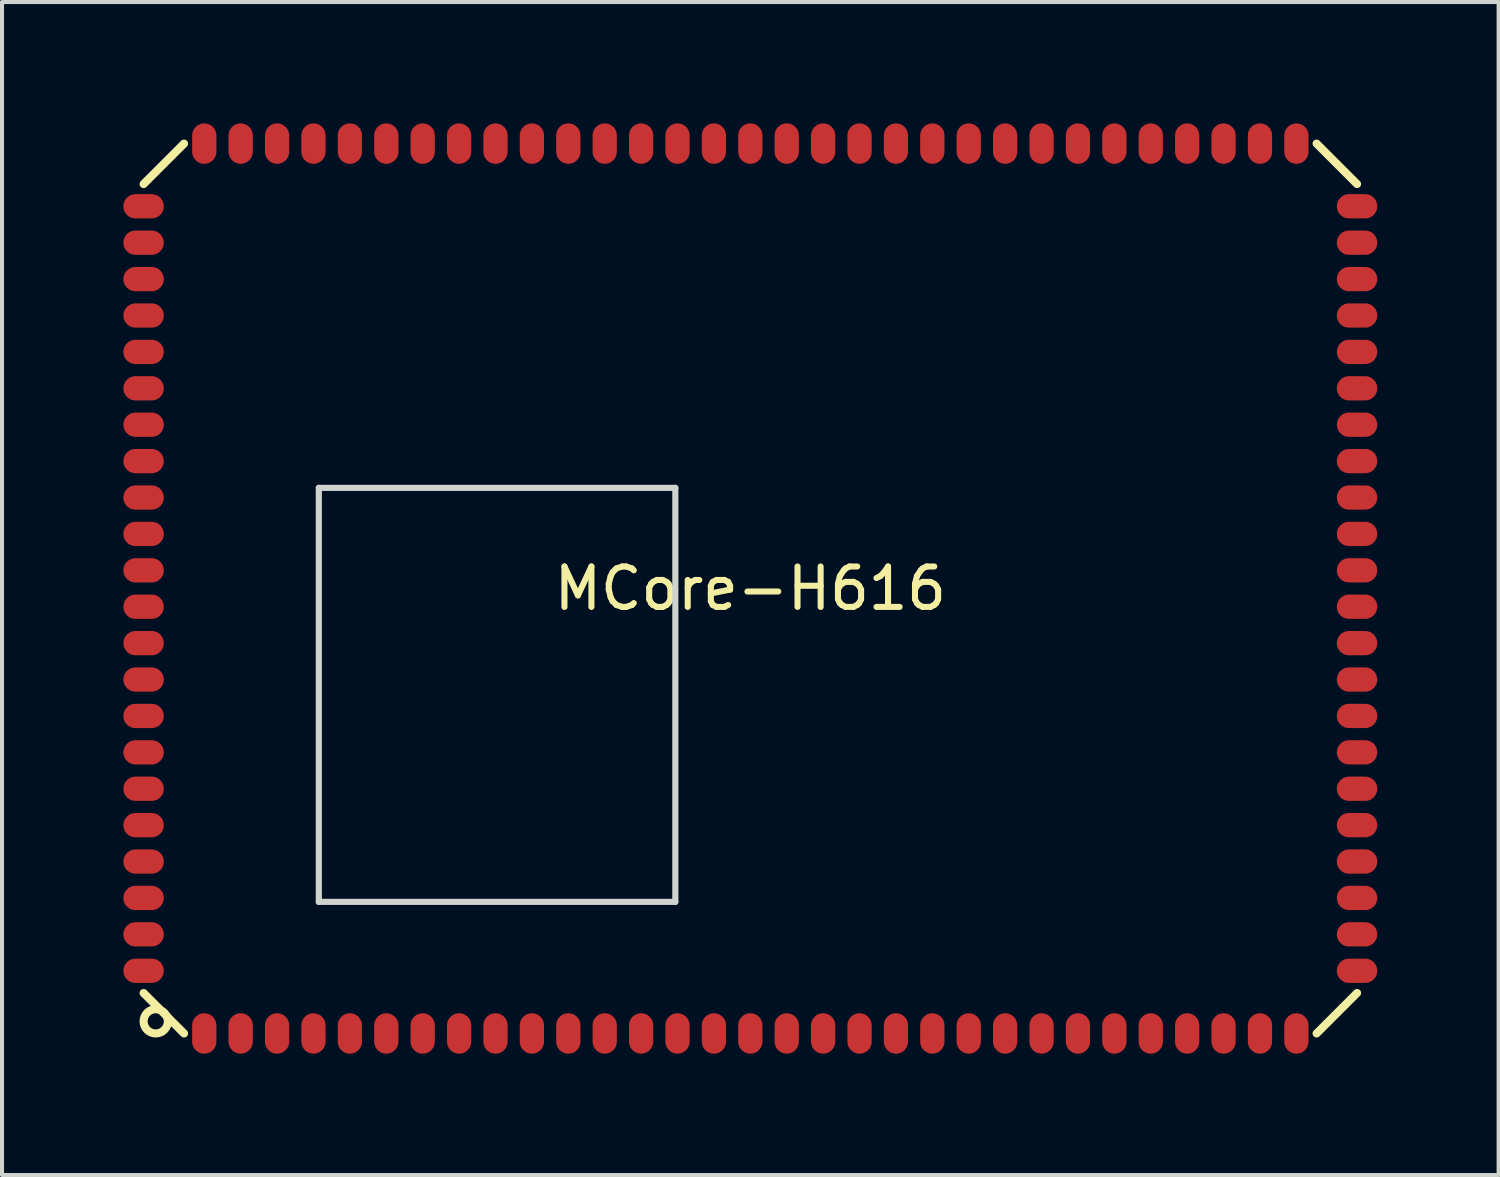
<source format=kicad_pcb>
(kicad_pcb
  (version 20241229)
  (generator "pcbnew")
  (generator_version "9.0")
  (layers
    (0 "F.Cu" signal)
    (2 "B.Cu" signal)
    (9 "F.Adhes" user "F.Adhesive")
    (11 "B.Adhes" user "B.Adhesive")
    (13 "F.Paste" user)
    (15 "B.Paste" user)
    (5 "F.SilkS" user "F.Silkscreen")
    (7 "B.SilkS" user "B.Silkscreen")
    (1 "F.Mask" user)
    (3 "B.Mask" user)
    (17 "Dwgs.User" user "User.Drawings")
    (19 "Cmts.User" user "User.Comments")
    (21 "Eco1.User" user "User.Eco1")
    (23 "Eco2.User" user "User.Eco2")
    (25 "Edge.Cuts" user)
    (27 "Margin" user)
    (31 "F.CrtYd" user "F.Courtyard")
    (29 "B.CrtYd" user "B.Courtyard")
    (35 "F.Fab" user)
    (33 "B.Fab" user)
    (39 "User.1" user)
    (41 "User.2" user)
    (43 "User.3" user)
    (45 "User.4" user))
  (footprint "MCore-H616"
    (layer "F.Cu")
    (at 15.5 11.5)
    (property "Reference" "MCore-H616" (at 0 0 0) (layer "F.SilkS") (effects (font (size 1 1) (thickness 0.15))))
    (fp_line (start -15 -10) (end -14 -11) (stroke (width 0.2) (type default)) (layer "F.SilkS"))
    (fp_line (start -15 10) (end -14 11) (stroke (width 0.2) (type default)) (layer "F.SilkS"))
    (fp_line (start 14 -11) (end 15 -10) (stroke (width 0.2) (type default)) (layer "F.SilkS"))
    (fp_line (start 14 11) (end 15 10) (stroke (width 0.2) (type default)) (layer "F.SilkS"))
    (fp_circle (center -14.7 10.7) (end -14.4 10.7) (stroke (width 0.2) (type default)) (fill no) (layer "F.SilkS"))
    (fp_line (start -10.53 -2.335) (end -2.021 -2.335) (stroke (width 0.127) (type default)) (layer "Eco2.User"))
    (fp_line (start -10.53 -2.335) (end -2.021 -2.335) (stroke (width 0.152) (type default)) (layer "Eco2.User"))
    (fp_line (start -10.53 7.596) (end -10.53 -2.335) (stroke (width 0.127) (type default)) (layer "Eco2.User"))
    (fp_line (start -10.53 7.596) (end -10.53 -2.335) (stroke (width 0.152) (type default)) (layer "Eco2.User"))
    (fp_line (start -10.53 7.596) (end -2.021 7.596) (stroke (width 0.127) (type default)) (layer "Eco2.User"))
    (fp_line (start -10.53 7.596) (end -2.021 7.596) (stroke (width 0.152) (type default)) (layer "Eco2.User"))
    (fp_line (start -2.021 7.596) (end -2.021 -2.335) (stroke (width 0.127) (type default)) (layer "Eco2.User"))
    (fp_line (start -2.021 7.596) (end -2.021 -2.335) (stroke (width 0.152) (type default)) (layer "Eco2.User"))
    (fp_line (start -10.668 -2.489) (end -1.854 -2.489) (stroke (width 0.152) (type default)) (layer "Edge.Cuts"))
    (fp_line (start -10.668 7.747) (end -10.668 -2.489) (stroke (width 0.152) (type default)) (layer "Edge.Cuts"))
    (fp_line (start -10.668 7.747) (end -1.854 7.747) (stroke (width 0.152) (type default)) (layer "Edge.Cuts"))
    (fp_line (start -1.854 7.747) (end -1.854 -2.489) (stroke (width 0.152) (type default)) (layer "Edge.Cuts"))
    (pad "1" smd oval (at -13.5 11 90) (size 1 0.6) (layers "F.Cu" "F.Mask" "F.Paste"))
    (pad "2" smd oval (at -12.6 11 270) (size 1 0.6) (layers "F.Cu" "F.Mask" "F.Paste"))
    (pad "3" smd oval (at -11.7 11 270) (size 1 0.6) (layers "F.Cu" "F.Mask" "F.Paste"))
    (pad "4" smd oval (at -10.8 11 270) (size 1 0.6) (layers "F.Cu" "F.Mask" "F.Paste"))
    (pad "5" smd oval (at -9.9 11 270) (size 1 0.6) (layers "F.Cu" "F.Mask" "F.Paste"))
    (pad "6" smd oval (at -9 11 270) (size 1 0.6) (layers "F.Cu" "F.Mask" "F.Paste"))
    (pad "7" smd oval (at -8.1 11 270) (size 1 0.6) (layers "F.Cu" "F.Mask" "F.Paste"))
    (pad "8" smd oval (at -7.2 11 270) (size 1 0.6) (layers "F.Cu" "F.Mask" "F.Paste"))
    (pad "9" smd oval (at -6.3 11 270) (size 1 0.6) (layers "F.Cu" "F.Mask" "F.Paste"))
    (pad "10" smd oval (at -5.4 11 270) (size 1 0.6) (layers "F.Cu" "F.Mask" "F.Paste"))
    (pad "11" smd oval (at -4.5 11 270) (size 1 0.6) (layers "F.Cu" "F.Mask" "F.Paste"))
    (pad "12" smd oval (at -3.6 11 270) (size 1 0.6) (layers "F.Cu" "F.Mask" "F.Paste"))
    (pad "13" smd oval (at -2.7 11 270) (size 1 0.6) (layers "F.Cu" "F.Mask" "F.Paste"))
    (pad "14" smd oval (at -1.8 11 270) (size 1 0.6) (layers "F.Cu" "F.Mask" "F.Paste"))
    (pad "15" smd oval (at -0.9 11 270) (size 1 0.6) (layers "F.Cu" "F.Mask" "F.Paste"))
    (pad "16" smd oval (at 0 11 270) (size 1 0.6) (layers "F.Cu" "F.Mask" "F.Paste"))
    (pad "17" smd oval (at 0.9 11 270) (size 1 0.6) (layers "F.Cu" "F.Mask" "F.Paste"))
    (pad "18" smd oval (at 1.8 11 270) (size 1 0.6) (layers "F.Cu" "F.Mask" "F.Paste"))
    (pad "19" smd oval (at 2.7 11 270) (size 1 0.6) (layers "F.Cu" "F.Mask" "F.Paste"))
    (pad "20" smd oval (at 3.6 11 270) (size 1 0.6) (layers "F.Cu" "F.Mask" "F.Paste"))
    (pad "21" smd oval (at 4.5 11 270) (size 1 0.6) (layers "F.Cu" "F.Mask" "F.Paste"))
    (pad "22" smd oval (at 5.4 11 270) (size 1 0.6) (layers "F.Cu" "F.Mask" "F.Paste"))
    (pad "23" smd oval (at 6.3 11 270) (size 1 0.6) (layers "F.Cu" "F.Mask" "F.Paste"))
    (pad "24" smd oval (at 7.2 11 270) (size 1 0.6) (layers "F.Cu" "F.Mask" "F.Paste"))
    (pad "25" smd oval (at 8.1 11 270) (size 1 0.6) (layers "F.Cu" "F.Mask" "F.Paste"))
    (pad "26" smd oval (at 9 11 270) (size 1 0.6) (layers "F.Cu" "F.Mask" "F.Paste"))
    (pad "27" smd oval (at 9.9 11 270) (size 1 0.6) (layers "F.Cu" "F.Mask" "F.Paste"))
    (pad "28" smd oval (at 10.8 11 270) (size 1 0.6) (layers "F.Cu" "F.Mask" "F.Paste"))
    (pad "29" smd oval (at 11.7 11 270) (size 1 0.6) (layers "F.Cu" "F.Mask" "F.Paste"))
    (pad "30" smd oval (at 12.6 11 270) (size 1 0.6) (layers "F.Cu" "F.Mask" "F.Paste"))
    (pad "31" smd oval (at 13.5 11 270) (size 1 0.6) (layers "F.Cu" "F.Mask" "F.Paste"))
    (pad "32" smd oval (at 15 9.45) (size 1 0.6) (layers "F.Cu" "F.Mask" "F.Paste"))
    (pad "33" smd oval (at 15 8.55) (size 1 0.6) (layers "F.Cu" "F.Mask" "F.Paste"))
    (pad "34" smd oval (at 15 7.65) (size 1 0.6) (layers "F.Cu" "F.Mask" "F.Paste"))
    (pad "35" smd oval (at 15 6.75) (size 1 0.6) (layers "F.Cu" "F.Mask" "F.Paste"))
    (pad "36" smd oval (at 15 5.85) (size 1 0.6) (layers "F.Cu" "F.Mask" "F.Paste"))
    (pad "37" smd oval (at 15 4.95) (size 1 0.6) (layers "F.Cu" "F.Mask" "F.Paste"))
    (pad "38" smd oval (at 15 4.05) (size 1 0.6) (layers "F.Cu" "F.Mask" "F.Paste"))
    (pad "39" smd oval (at 15 3.15) (size 1 0.6) (layers "F.Cu" "F.Mask" "F.Paste"))
    (pad "40" smd oval (at 15 2.25) (size 1 0.6) (layers "F.Cu" "F.Mask" "F.Paste"))
    (pad "41" smd oval (at 15 1.35) (size 1 0.6) (layers "F.Cu" "F.Mask" "F.Paste"))
    (pad "42" smd oval (at 15 0.45) (size 1 0.6) (layers "F.Cu" "F.Mask" "F.Paste"))
    (pad "43" smd oval (at 15 -0.45) (size 1 0.6) (layers "F.Cu" "F.Mask" "F.Paste"))
    (pad "44" smd oval (at 15 -1.35) (size 1 0.6) (layers "F.Cu" "F.Mask" "F.Paste"))
    (pad "45" smd oval (at 15 -2.25) (size 1 0.6) (layers "F.Cu" "F.Mask" "F.Paste"))
    (pad "46" smd oval (at 15 -3.15) (size 1 0.6) (layers "F.Cu" "F.Mask" "F.Paste"))
    (pad "47" smd oval (at 15 -4.05) (size 1 0.6) (layers "F.Cu" "F.Mask" "F.Paste"))
    (pad "48" smd oval (at 15 -4.95) (size 1 0.6) (layers "F.Cu" "F.Mask" "F.Paste"))
    (pad "49" smd oval (at 15 -5.85) (size 1 0.6) (layers "F.Cu" "F.Mask" "F.Paste"))
    (pad "50" smd oval (at 15 -6.75) (size 1 0.6) (layers "F.Cu" "F.Mask" "F.Paste"))
    (pad "51" smd oval (at 15 -7.65) (size 1 0.6) (layers "F.Cu" "F.Mask" "F.Paste"))
    (pad "52" smd oval (at 15 -8.55) (size 1 0.6) (layers "F.Cu" "F.Mask" "F.Paste"))
    (pad "53" smd oval (at 15 -9.45 180) (size 1 0.6) (layers "F.Cu" "F.Mask" "F.Paste"))
    (pad "54" smd oval (at 13.5 -11 270) (size 1 0.6) (layers "F.Cu" "F.Mask" "F.Paste"))
    (pad "55" smd oval (at 12.6 -11 270) (size 1 0.6) (layers "F.Cu" "F.Mask" "F.Paste"))
    (pad "56" smd oval (at 11.7 -11 270) (size 1 0.6) (layers "F.Cu" "F.Mask" "F.Paste"))
    (pad "57" smd oval (at 10.8 -11 270) (size 1 0.6) (layers "F.Cu" "F.Mask" "F.Paste"))
    (pad "58" smd oval (at 9.9 -11 270) (size 1 0.6) (layers "F.Cu" "F.Mask" "F.Paste"))
    (pad "59" smd oval (at 9 -11 270) (size 1 0.6) (layers "F.Cu" "F.Mask" "F.Paste"))
    (pad "60" smd oval (at 8.1 -11 270) (size 1 0.6) (layers "F.Cu" "F.Mask" "F.Paste"))
    (pad "61" smd oval (at 7.2 -11 270) (size 1 0.6) (layers "F.Cu" "F.Mask" "F.Paste"))
    (pad "62" smd oval (at 6.3 -11 270) (size 1 0.6) (layers "F.Cu" "F.Mask" "F.Paste"))
    (pad "63" smd oval (at 5.4 -11 270) (size 1 0.6) (layers "F.Cu" "F.Mask" "F.Paste"))
    (pad "64" smd oval (at 4.5 -11 270) (size 1 0.6) (layers "F.Cu" "F.Mask" "F.Paste"))
    (pad "65" smd oval (at 3.6 -11 270) (size 1 0.6) (layers "F.Cu" "F.Mask" "F.Paste"))
    (pad "66" smd oval (at 2.7 -11 270) (size 1 0.6) (layers "F.Cu" "F.Mask" "F.Paste"))
    (pad "67" smd oval (at 1.8 -11 270) (size 1 0.6) (layers "F.Cu" "F.Mask" "F.Paste"))
    (pad "68" smd oval (at 0.9 -11 270) (size 1 0.6) (layers "F.Cu" "F.Mask" "F.Paste"))
    (pad "69" smd oval (at 0 -11 270) (size 1 0.6) (layers "F.Cu" "F.Mask" "F.Paste"))
    (pad "70" smd oval (at -0.9 -11 270) (size 1 0.6) (layers "F.Cu" "F.Mask" "F.Paste"))
    (pad "71" smd oval (at -1.8 -11 270) (size 1 0.6) (layers "F.Cu" "F.Mask" "F.Paste"))
    (pad "72" smd oval (at -2.7 -11 270) (size 1 0.6) (layers "F.Cu" "F.Mask" "F.Paste"))
    (pad "73" smd oval (at -3.6 -11 270) (size 1 0.6) (layers "F.Cu" "F.Mask" "F.Paste"))
    (pad "74" smd oval (at -4.5 -11 270) (size 1 0.6) (layers "F.Cu" "F.Mask" "F.Paste"))
    (pad "75" smd oval (at -5.4 -11 270) (size 1 0.6) (layers "F.Cu" "F.Mask" "F.Paste"))
    (pad "76" smd oval (at -6.3 -11 270) (size 1 0.6) (layers "F.Cu" "F.Mask" "F.Paste"))
    (pad "77" smd oval (at -7.2 -11 270) (size 1 0.6) (layers "F.Cu" "F.Mask" "F.Paste"))
    (pad "78" smd oval (at -8.1 -11 270) (size 1 0.6) (layers "F.Cu" "F.Mask" "F.Paste"))
    (pad "79" smd oval (at -9 -11 270) (size 1 0.6) (layers "F.Cu" "F.Mask" "F.Paste"))
    (pad "80" smd oval (at -9.9 -11 270) (size 1 0.6) (layers "F.Cu" "F.Mask" "F.Paste"))
    (pad "81" smd oval (at -10.8 -11 270) (size 1 0.6) (layers "F.Cu" "F.Mask" "F.Paste"))
    (pad "82" smd oval (at -11.7 -11 270) (size 1 0.6) (layers "F.Cu" "F.Mask" "F.Paste"))
    (pad "83" smd oval (at -12.6 -11 270) (size 1 0.6) (layers "F.Cu" "F.Mask" "F.Paste"))
    (pad "84" smd oval (at -13.5 -11 270) (size 1 0.6) (layers "F.Cu" "F.Mask" "F.Paste"))
    (pad "85" smd oval (at -15 -9.45) (size 1 0.6) (layers "F.Cu" "F.Mask" "F.Paste"))
    (pad "86" smd oval (at -15 -8.55) (size 1 0.6) (layers "F.Cu" "F.Mask" "F.Paste"))
    (pad "87" smd oval (at -15 -7.65) (size 1 0.6) (layers "F.Cu" "F.Mask" "F.Paste"))
    (pad "88" smd oval (at -15 -6.75) (size 1 0.6) (layers "F.Cu" "F.Mask" "F.Paste"))
    (pad "89" smd oval (at -15 -5.85) (size 1 0.6) (layers "F.Cu" "F.Mask" "F.Paste"))
    (pad "90" smd oval (at -15 -4.95) (size 1 0.6) (layers "F.Cu" "F.Mask" "F.Paste"))
    (pad "91" smd oval (at -15 -4.05) (size 1 0.6) (layers "F.Cu" "F.Mask" "F.Paste"))
    (pad "92" smd oval (at -15 -3.15) (size 1 0.6) (layers "F.Cu" "F.Mask" "F.Paste"))
    (pad "93" smd oval (at -15 -2.25) (size 1 0.6) (layers "F.Cu" "F.Mask" "F.Paste"))
    (pad "94" smd oval (at -15 -1.35) (size 1 0.6) (layers "F.Cu" "F.Mask" "F.Paste"))
    (pad "95" smd oval (at -15 -0.45) (size 1 0.6) (layers "F.Cu" "F.Mask" "F.Paste"))
    (pad "96" smd oval (at -15 0.45) (size 1 0.6) (layers "F.Cu" "F.Mask" "F.Paste"))
    (pad "97" smd oval (at -15 1.35) (size 1 0.6) (layers "F.Cu" "F.Mask" "F.Paste"))
    (pad "98" smd oval (at -15 2.25) (size 1 0.6) (layers "F.Cu" "F.Mask" "F.Paste"))
    (pad "99" smd oval (at -15 3.15) (size 1 0.6) (layers "F.Cu" "F.Mask" "F.Paste"))
    (pad "100" smd oval (at -15 4.05) (size 1 0.6) (layers "F.Cu" "F.Mask" "F.Paste"))
    (pad "101" smd oval (at -15 4.95) (size 1 0.6) (layers "F.Cu" "F.Mask" "F.Paste"))
    (pad "102" smd oval (at -15 5.85) (size 1 0.6) (layers "F.Cu" "F.Mask" "F.Paste"))
    (pad "103" smd oval (at -15 6.75) (size 1 0.6) (layers "F.Cu" "F.Mask" "F.Paste"))
    (pad "104" smd oval (at -15 7.65) (size 1 0.6) (layers "F.Cu" "F.Mask" "F.Paste"))
    (pad "105" smd oval (at -15 8.55) (size 1 0.6) (layers "F.Cu" "F.Mask" "F.Paste"))
    (pad "106" smd oval (at -15 9.45) (size 1 0.6) (layers "F.Cu" "F.Mask" "F.Paste")))
  (gr_rect
    (start -3 -3)
    (end 34 26)
    (stroke (width 0.1) (type default))
    (fill no)
    (layer "Edge.Cuts")))
</source>
